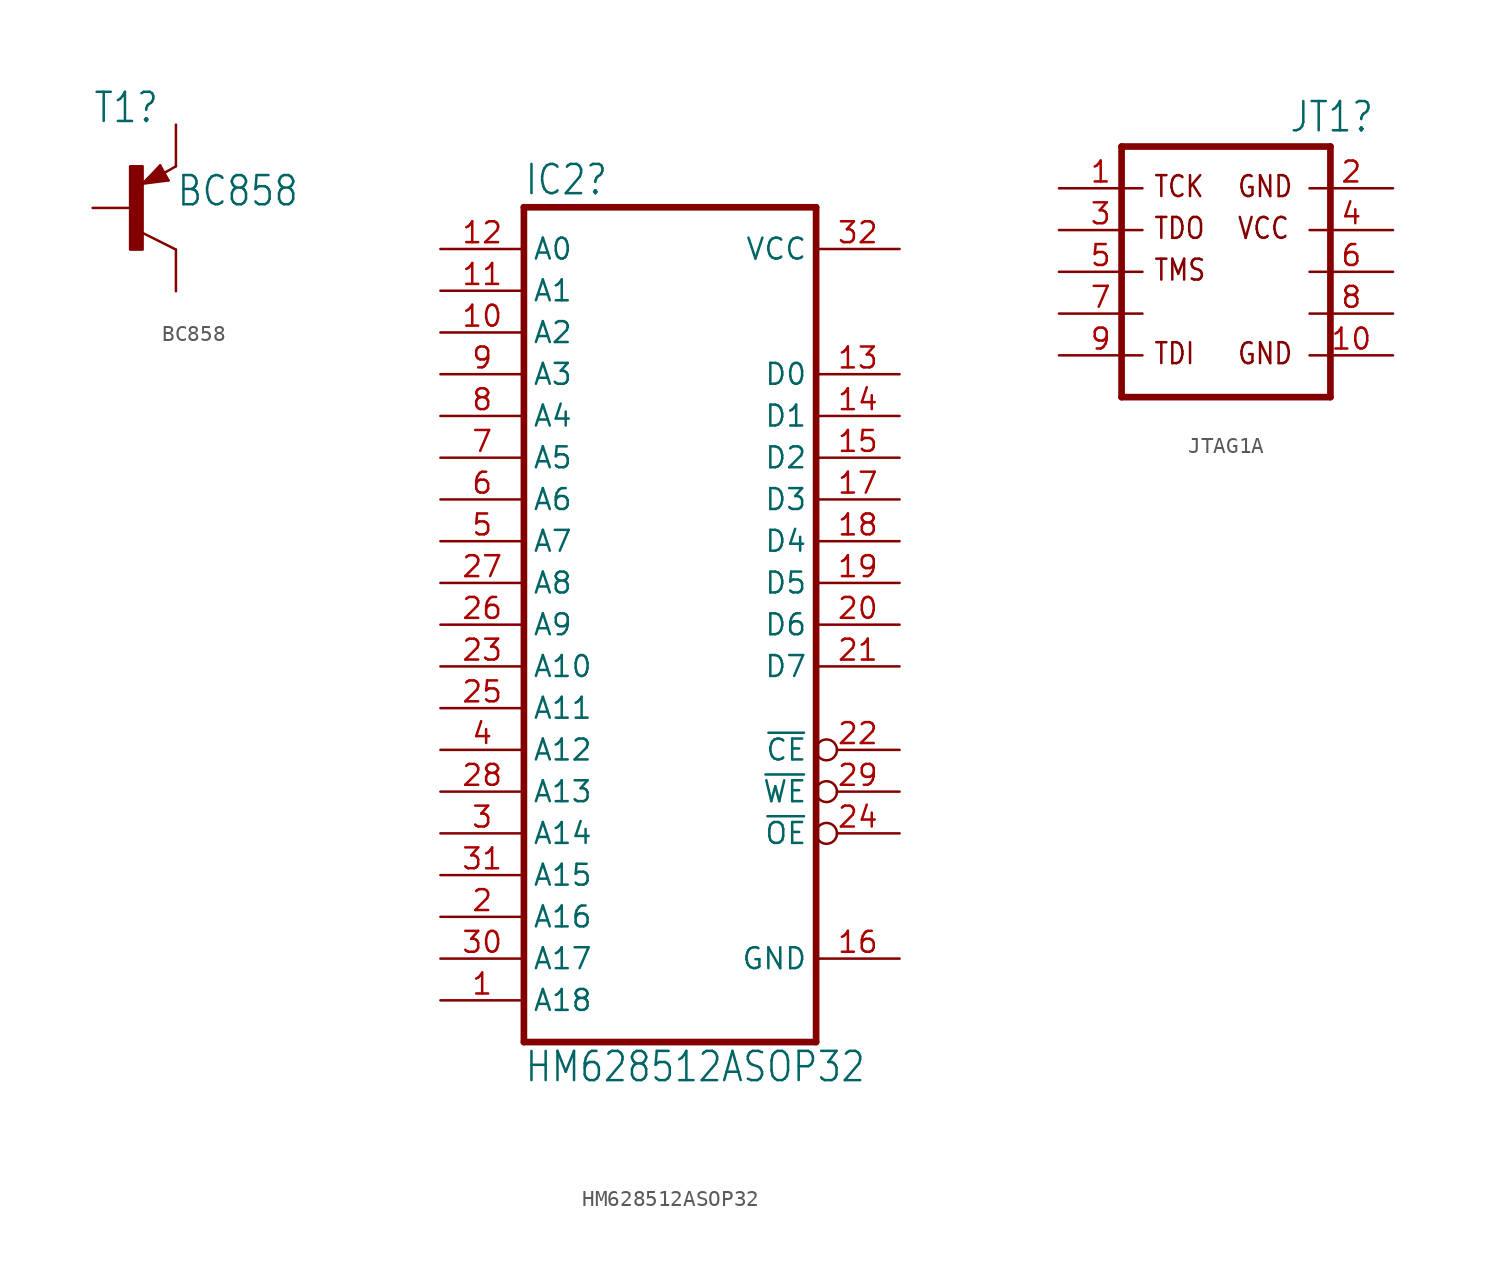
<source format=kicad_sym>
(kicad_symbol_lib
  (version 20220914)
  (generator kicad_symbol_editor)
  (symbol "BC858"
    (property "Reference" "T1"
      (at -2.54 5.08 0)
      (effects (font (size 1.778 1.511)) (justify left bottom)))
    (property "Value" "BC858"
      (at 2.54 0 0)
      (effects (font (size 1.778 1.511)) (justify left bottom)))
    (property "ki_locked" ""
      (at 0 0 0)
      (effects (font (size 1.27 1.27))))
    (symbol "BC858_1_0"
      (rectangle (start -0.254 -2.54) (end 0.508 2.54) (stroke (width 0) (type default)) (fill (type outline)))
      (polyline (pts (xy 0.516 1.478) (xy 2.086 1.678)) (stroke (width 0.152) (type solid)) (fill (type none)))
      (polyline (pts (xy 0.762 1.651) (xy 1.778 1.778)) (stroke (width 0.254) (type solid)) (fill (type none)))
      (polyline (pts (xy 1.143 1.905) (xy 1.524 1.905)) (stroke (width 0.254) (type solid)) (fill (type none)))
      (polyline (pts (xy 1.524 2.159) (xy 1.143 1.905)) (stroke (width 0.254) (type solid)) (fill (type none)))
      (polyline (pts (xy 1.524 2.413) (xy 0.762 1.651)) (stroke (width 0.254) (type solid)) (fill (type none)))
      (polyline (pts (xy 1.578 2.594) (xy 0.516 1.478)) (stroke (width 0.152) (type solid)) (fill (type none)))
      (polyline (pts (xy 1.778 1.778) (xy 1.524 2.159)) (stroke (width 0.254) (type solid)) (fill (type none)))
      (polyline (pts (xy 1.905 1.778) (xy 1.524 2.413)) (stroke (width 0.254) (type solid)) (fill (type none)))
      (polyline (pts (xy 2.086 1.678) (xy 1.578 2.594)) (stroke (width 0.152) (type solid)) (fill (type none)))
      (polyline (pts (xy 2.54 -2.54) (xy 0.508 -1.524)) (stroke (width 0.152) (type solid)) (fill (type none)))
      (polyline (pts (xy 2.54 2.54) (xy 1.808 2.124)) (stroke (width 0.152) (type solid)) (fill (type none)))
      (pin passive line (at -2.54 0 0) (length 2.54) (name "B" (effects (font (size 0 0)))) (number "B" (effects (font (size 0 0)))))
      (pin passive line (at 2.54 -5.08 90) (length 2.54) (name "C" (effects (font (size 0 0)))) (number "C" (effects (font (size 0 0)))))
      (pin passive line (at 2.54 5.08 270) (length 2.54) (name "E" (effects (font (size 0 0)))) (number "E" (effects (font (size 0 0)))))))
  (symbol "HM628512ASOP32"
    (property "Reference" "IC2"
      (at -10.16 26.035 0)
      (effects (font (size 1.778 1.511)) (justify left bottom)))
    (property "Value" "HM628512ASOP32"
      (at -10.16 -27.94 0)
      (effects (font (size 1.778 1.511)) (justify left bottom)))
    (property "ki_locked" ""
      (at 0 0 0)
      (effects (font (size 1.27 1.27))))
    (symbol "HM628512ASOP32_1_0"
      (polyline (pts (xy -10.16 25.4) (xy -10.16 -25.4)) (stroke (width 0.406) (type solid)) (fill (type none)))
      (polyline (pts (xy -10.16 25.4) (xy 7.62 25.4)) (stroke (width 0.406) (type solid)) (fill (type none)))
      (polyline (pts (xy 7.62 -25.4) (xy -10.16 -25.4)) (stroke (width 0.406) (type solid)) (fill (type none)))
      (polyline (pts (xy 7.62 -25.4) (xy 7.62 25.4)) (stroke (width 0.406) (type solid)) (fill (type none)))
      (pin input line (at -15.24 -22.86 0) (length 5.08) (name "A18" (effects (font (size 1.27 1.27)))) (number "1" (effects (font (size 1.27 1.27)))))
      (pin input line (at -15.24 17.78 0) (length 5.08) (name "A2" (effects (font (size 1.27 1.27)))) (number "10" (effects (font (size 1.27 1.27)))))
      (pin input line (at -15.24 20.32 0) (length 5.08) (name "A1" (effects (font (size 1.27 1.27)))) (number "11" (effects (font (size 1.27 1.27)))))
      (pin input line (at -15.24 22.86 0) (length 5.08) (name "A0" (effects (font (size 1.27 1.27)))) (number "12" (effects (font (size 1.27 1.27)))))
      (pin bidirectional line (at 12.7 15.24 180) (length 5.08) (name "D0" (effects (font (size 1.27 1.27)))) (number "13" (effects (font (size 1.27 1.27)))))
      (pin bidirectional line (at 12.7 12.7 180) (length 5.08) (name "D1" (effects (font (size 1.27 1.27)))) (number "14" (effects (font (size 1.27 1.27)))))
      (pin bidirectional line (at 12.7 10.16 180) (length 5.08) (name "D2" (effects (font (size 1.27 1.27)))) (number "15" (effects (font (size 1.27 1.27)))))
      (pin power_in line (at 12.7 -20.32 180) (length 5.08) (name "GND" (effects (font (size 1.27 1.27)))) (number "16" (effects (font (size 1.27 1.27)))))
      (pin bidirectional line (at 12.7 7.62 180) (length 5.08) (name "D3" (effects (font (size 1.27 1.27)))) (number "17" (effects (font (size 1.27 1.27)))))
      (pin bidirectional line (at 12.7 5.08 180) (length 5.08) (name "D4" (effects (font (size 1.27 1.27)))) (number "18" (effects (font (size 1.27 1.27)))))
      (pin bidirectional line (at 12.7 2.54 180) (length 5.08) (name "D5" (effects (font (size 1.27 1.27)))) (number "19" (effects (font (size 1.27 1.27)))))
      (pin input line (at -15.24 -17.78 0) (length 5.08) (name "A16" (effects (font (size 1.27 1.27)))) (number "2" (effects (font (size 1.27 1.27)))))
      (pin bidirectional line (at 12.7 0 180) (length 5.08) (name "D6" (effects (font (size 1.27 1.27)))) (number "20" (effects (font (size 1.27 1.27)))))
      (pin bidirectional line (at 12.7 -2.54 180) (length 5.08) (name "D7" (effects (font (size 1.27 1.27)))) (number "21" (effects (font (size 1.27 1.27)))))
      (pin input inverted (at 12.7 -7.62 180) (length 5.08) (name "~{CE}" (effects (font (size 1.27 1.27)))) (number "22" (effects (font (size 1.27 1.27)))))
      (pin input line (at -15.24 -2.54 0) (length 5.08) (name "A10" (effects (font (size 1.27 1.27)))) (number "23" (effects (font (size 1.27 1.27)))))
      (pin input inverted (at 12.7 -12.7 180) (length 5.08) (name "~{OE}" (effects (font (size 1.27 1.27)))) (number "24" (effects (font (size 1.27 1.27)))))
      (pin input line (at -15.24 -5.08 0) (length 5.08) (name "A11" (effects (font (size 1.27 1.27)))) (number "25" (effects (font (size 1.27 1.27)))))
      (pin input line (at -15.24 0 0) (length 5.08) (name "A9" (effects (font (size 1.27 1.27)))) (number "26" (effects (font (size 1.27 1.27)))))
      (pin input line (at -15.24 2.54 0) (length 5.08) (name "A8" (effects (font (size 1.27 1.27)))) (number "27" (effects (font (size 1.27 1.27)))))
      (pin input line (at -15.24 -10.16 0) (length 5.08) (name "A13" (effects (font (size 1.27 1.27)))) (number "28" (effects (font (size 1.27 1.27)))))
      (pin input inverted (at 12.7 -10.16 180) (length 5.08) (name "~{WE}" (effects (font (size 1.27 1.27)))) (number "29" (effects (font (size 1.27 1.27)))))
      (pin input line (at -15.24 -12.7 0) (length 5.08) (name "A14" (effects (font (size 1.27 1.27)))) (number "3" (effects (font (size 1.27 1.27)))))
      (pin input line (at -15.24 -20.32 0) (length 5.08) (name "A17" (effects (font (size 1.27 1.27)))) (number "30" (effects (font (size 1.27 1.27)))))
      (pin input line (at -15.24 -15.24 0) (length 5.08) (name "A15" (effects (font (size 1.27 1.27)))) (number "31" (effects (font (size 1.27 1.27)))))
      (pin power_in line (at 12.7 22.86 180) (length 5.08) (name "VCC" (effects (font (size 1.27 1.27)))) (number "32" (effects (font (size 1.27 1.27)))))
      (pin input line (at -15.24 -7.62 0) (length 5.08) (name "A12" (effects (font (size 1.27 1.27)))) (number "4" (effects (font (size 1.27 1.27)))))
      (pin input line (at -15.24 5.08 0) (length 5.08) (name "A7" (effects (font (size 1.27 1.27)))) (number "5" (effects (font (size 1.27 1.27)))))
      (pin input line (at -15.24 7.62 0) (length 5.08) (name "A6" (effects (font (size 1.27 1.27)))) (number "6" (effects (font (size 1.27 1.27)))))
      (pin input line (at -15.24 10.16 0) (length 5.08) (name "A5" (effects (font (size 1.27 1.27)))) (number "7" (effects (font (size 1.27 1.27)))))
      (pin input line (at -15.24 12.7 0) (length 5.08) (name "A4" (effects (font (size 1.27 1.27)))) (number "8" (effects (font (size 1.27 1.27)))))
      (pin input line (at -15.24 15.24 0) (length 5.08) (name "A3" (effects (font (size 1.27 1.27)))) (number "9" (effects (font (size 1.27 1.27)))))))
  (symbol "JTAG1A"
    (property "Reference" "JT1"
      (at 3.81 8.382 0)
      (effects (font (size 1.778 1.511)) (justify left bottom)))
    (property "ki_locked" ""
      (at 0 0 0)
      (effects (font (size 1.27 1.27))))
    (symbol "JTAG1A_1_0"
      (polyline (pts (xy -6.35 7.62) (xy -6.35 -7.62)) (stroke (width 0.406) (type solid)) (fill (type none)))
      (polyline (pts (xy -6.35 7.62) (xy 6.35 7.62)) (stroke (width 0.406) (type solid)) (fill (type none)))
      (polyline (pts (xy 6.35 -7.62) (xy -6.35 -7.62)) (stroke (width 0.406) (type solid)) (fill (type none)))
      (polyline (pts (xy 6.35 -7.62) (xy 6.35 7.62)) (stroke (width 0.406) (type solid)) (fill (type none)))
      (text "GND" (at 0.635 -5.715 0) (effects (font (size 1.27 1.079)) (justify left bottom)))
      (text "GND" (at 0.635 4.445 0) (effects (font (size 1.27 1.079)) (justify left bottom)))
      (text "TCK" (at -4.445 4.445 0) (effects (font (size 1.27 1.079)) (justify left bottom)))
      (text "TDI" (at -4.445 -5.715 0) (effects (font (size 1.27 1.079)) (justify left bottom)))
      (text "TDO" (at -4.445 1.905 0) (effects (font (size 1.27 1.079)) (justify left bottom)))
      (text "TMS" (at -4.445 -0.635 0) (effects (font (size 1.27 1.079)) (justify left bottom)))
      (text "VCC" (at 0.635 1.905 0) (effects (font (size 1.27 1.079)) (justify left bottom)))
      (pin passive line (at -10.16 5.08 0) (length 5.08) (name "1" (effects (font (size 0 0)))) (number "1" (effects (font (size 1.27 1.27)))))
      (pin passive line (at 10.16 -5.08 180) (length 5.08) (name "10" (effects (font (size 0 0)))) (number "10" (effects (font (size 1.27 1.27)))))
      (pin passive line (at 10.16 5.08 180) (length 5.08) (name "2" (effects (font (size 0 0)))) (number "2" (effects (font (size 1.27 1.27)))))
      (pin passive line (at -10.16 2.54 0) (length 5.08) (name "3" (effects (font (size 0 0)))) (number "3" (effects (font (size 1.27 1.27)))))
      (pin passive line (at 10.16 2.54 180) (length 5.08) (name "4" (effects (font (size 0 0)))) (number "4" (effects (font (size 1.27 1.27)))))
      (pin passive line (at -10.16 0 0) (length 5.08) (name "5" (effects (font (size 0 0)))) (number "5" (effects (font (size 1.27 1.27)))))
      (pin passive line (at 10.16 0 180) (length 5.08) (name "6" (effects (font (size 0 0)))) (number "6" (effects (font (size 1.27 1.27)))))
      (pin passive line (at -10.16 -2.54 0) (length 5.08) (name "7" (effects (font (size 0 0)))) (number "7" (effects (font (size 1.27 1.27)))))
      (pin passive line (at 10.16 -2.54 180) (length 5.08) (name "8" (effects (font (size 0 0)))) (number "8" (effects (font (size 1.27 1.27)))))
      (pin passive line (at -10.16 -5.08 0) (length 5.08) (name "9" (effects (font (size 0 0)))) (number "9" (effects (font (size 1.27 1.27))))))))
</source>
